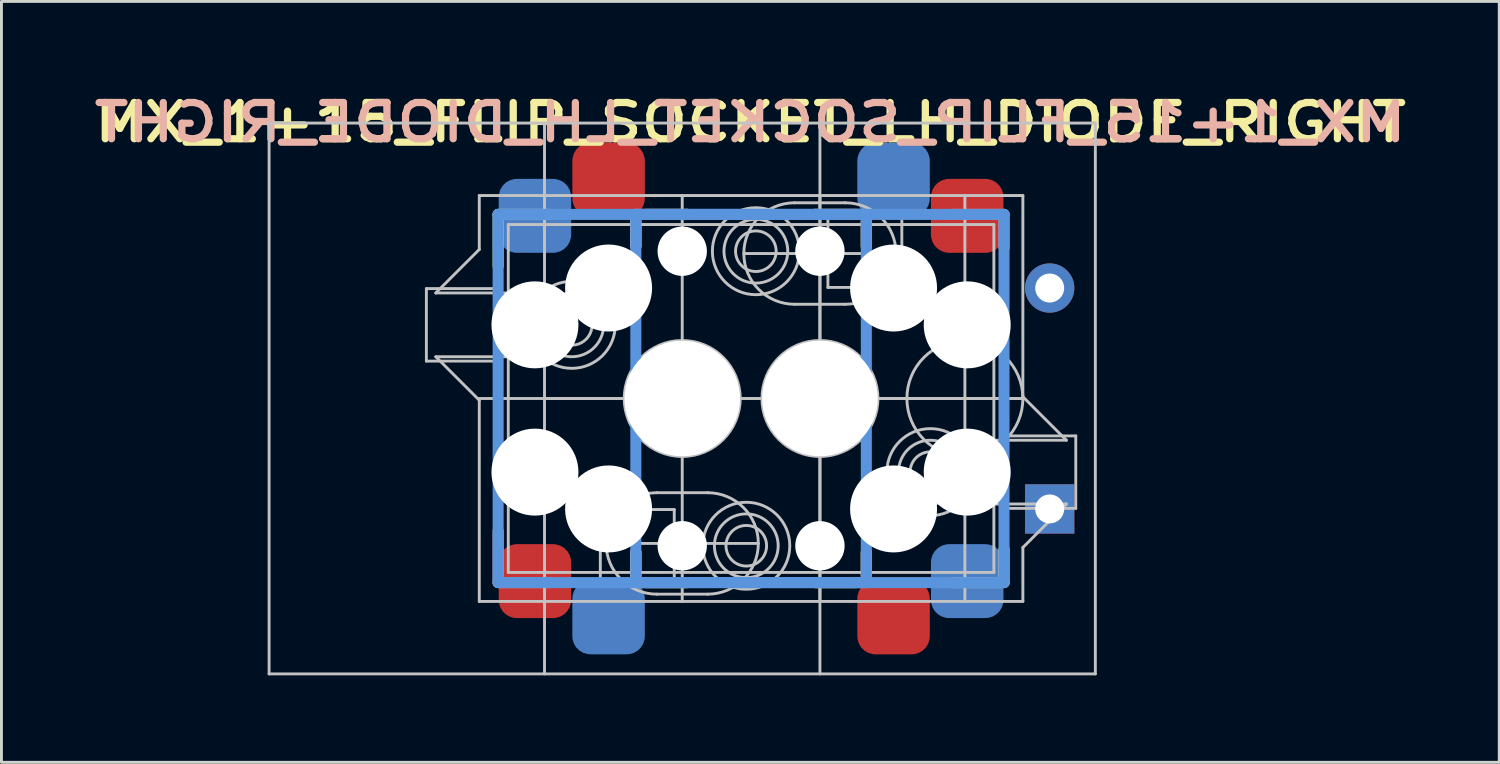
<source format=kicad_pcb>
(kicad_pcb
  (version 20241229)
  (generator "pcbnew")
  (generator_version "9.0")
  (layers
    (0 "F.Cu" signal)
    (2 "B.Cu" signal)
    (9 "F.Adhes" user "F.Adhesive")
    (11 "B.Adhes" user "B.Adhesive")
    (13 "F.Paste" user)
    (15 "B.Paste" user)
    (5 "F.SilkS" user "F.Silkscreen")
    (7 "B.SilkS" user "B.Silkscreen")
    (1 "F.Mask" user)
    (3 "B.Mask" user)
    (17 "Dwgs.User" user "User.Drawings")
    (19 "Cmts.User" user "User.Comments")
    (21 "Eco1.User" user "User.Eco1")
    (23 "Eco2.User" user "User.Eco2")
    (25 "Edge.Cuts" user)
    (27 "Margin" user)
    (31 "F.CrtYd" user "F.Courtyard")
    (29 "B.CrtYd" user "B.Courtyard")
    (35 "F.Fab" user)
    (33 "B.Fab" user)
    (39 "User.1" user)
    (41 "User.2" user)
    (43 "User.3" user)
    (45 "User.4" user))
  (footprint "MX_1+15_FLIP_SOCKET_LH_DIODE_RIGHT"
    (layer "F.Cu")
    (at 20.482 10.695)
    (property "Reference" "MX_1+15_FLIP_SOCKET_LH_DIODE_RIGHT" (at 2.35 -9.525 180) (layer "F.SilkS") (effects (font (size 1.25 1.5) (thickness 0.25))))
    (attr through_hole)
    (fp_line (start -6.35 -6.35) (end -4.572 -6.35) (stroke (width 0.381) (type solid)) (layer "F.SilkS"))
    (fp_line (start -6.35 -4.572) (end -6.35 -6.35) (stroke (width 0.381) (type solid)) (layer "F.SilkS"))
    (fp_line (start -1.6 -5.25) (end -1.6 -6.1) (stroke (width 0.381) (type solid)) (layer "F.SilkS"))
    (fp_line (start -1.6 6.35) (end -1.6 5.3) (stroke (width 0.381) (type solid)) (layer "F.SilkS"))
    (fp_line (start -1.25 -6.35) (end 0.178 -6.35) (stroke (width 0.381) (type solid)) (layer "F.SilkS"))
    (fp_line (start 0.178 6.35) (end -1.6 6.35) (stroke (width 0.381) (type solid)) (layer "F.SilkS"))
    (fp_line (start 4.572 -6.35) (end 6.35 -6.35) (stroke (width 0.381) (type solid)) (layer "F.SilkS"))
    (fp_line (start 6 6.35) (end 4.572 6.35) (stroke (width 0.381) (type solid)) (layer "F.SilkS"))
    (fp_line (start 6.35 -6.35) (end 6.35 -5.25) (stroke (width 0.381) (type solid)) (layer "F.SilkS"))
    (fp_line (start 6.35 5.3) (end 6.35 6.1) (stroke (width 0.381) (type solid)) (layer "F.SilkS"))
    (fp_line (start 11.1 5.2) (end 11.1 6.35) (stroke (width 0.381) (type solid)) (layer "F.SilkS"))
    (fp_line (start 11.1 6.35) (end 9.322 6.35) (stroke (width 0.381) (type solid)) (layer "F.SilkS"))
    (fp_line (start -6.35 6.35) (end -6.35 4.572) (stroke (width 0.381) (type solid)) (layer "B.SilkS"))
    (fp_line (start -4.572 6.35) (end -6.35 6.35) (stroke (width 0.381) (type solid)) (layer "B.SilkS"))
    (fp_line (start -1.6 -6.35) (end 0.178 -6.35) (stroke (width 0.381) (type solid)) (layer "B.SilkS"))
    (fp_line (start -1.6 -5.25) (end -1.6 -6.35) (stroke (width 0.381) (type solid)) (layer "B.SilkS"))
    (fp_line (start -1.6 6.1) (end -1.6 5.3) (stroke (width 0.381) (type solid)) (layer "B.SilkS"))
    (fp_line (start 0.178 6.35) (end -1.25 6.35) (stroke (width 0.381) (type solid)) (layer "B.SilkS"))
    (fp_line (start 4.572 -6.35) (end 6 -6.35) (stroke (width 0.381) (type solid)) (layer "B.SilkS"))
    (fp_line (start 6.35 -6.1) (end 6.35 -5.25) (stroke (width 0.381) (type solid)) (layer "B.SilkS"))
    (fp_line (start 6.35 5.3) (end 6.35 6.35) (stroke (width 0.381) (type solid)) (layer "B.SilkS"))
    (fp_line (start 6.35 6.35) (end 4.572 6.35) (stroke (width 0.381) (type solid)) (layer "B.SilkS"))
    (fp_line (start 9.322 -6.35) (end 11.1 -6.35) (stroke (width 0.381) (type solid)) (layer "B.SilkS"))
    (fp_line (start 11.1 -6.35) (end 11.1 -5.2) (stroke (width 0.381) (type solid)) (layer "B.SilkS"))
    (fp_line (start -14.25 -9.5) (end -14.25 9.5) (stroke (width 0.1) (type solid)) (layer "Dwgs.User"))
    (fp_line (start -14.25 9.5) (end 14.25 9.5) (stroke (width 0.1) (type solid)) (layer "Dwgs.User"))
    (fp_line (start -8.825 -3.79) (end -8.825 -1.29) (stroke (width 0.1) (type solid)) (layer "Dwgs.User"))
    (fp_line (start -8.825 -1.29) (end -6.275 -1.29) (stroke (width 0.1) (type solid)) (layer "Dwgs.User"))
    (fp_line (start -8.5 -3.64) (end -7 -5.14) (stroke (width 0.1) (type solid)) (layer "Dwgs.User"))
    (fp_line (start -8.5 -3.64) (end -6 -3.64) (stroke (width 0.1) (type solid)) (layer "Dwgs.User"))
    (fp_line (start -7 -5.14) (end -7 -7) (stroke (width 0.1) (type solid)) (layer "Dwgs.User"))
    (fp_line (start -7 0.06) (end -8.5 -1.44) (stroke (width 0.1) (type solid)) (layer "Dwgs.User"))
    (fp_line (start -7 7) (end -7 0.06) (stroke (width 0.1) (type solid)) (layer "Dwgs.User"))
    (fp_line (start -7 7) (end 11.75 7) (stroke (width 0.1) (type solid)) (layer "Dwgs.User"))
    (fp_line (start -6.275 -3.79) (end -8.825 -3.79) (stroke (width 0.1) (type solid)) (layer "Dwgs.User"))
    (fp_line (start -6.275 -1.29) (end -6.275 -3.79) (stroke (width 0.1) (type solid)) (layer "Dwgs.User"))
    (fp_line (start -6 -3.64) (end -6 -6) (stroke (width 0.1) (type solid)) (layer "Dwgs.User"))
    (fp_line (start -6 -1.44) (end -8.5 -1.44) (stroke (width 0.1) (type solid)) (layer "Dwgs.User"))
    (fp_line (start -6 6) (end -6 -1.44) (stroke (width 0.1) (type solid)) (layer "Dwgs.User"))
    (fp_line (start -4.75 -9.5) (end -4.75 9.5) (stroke (width 0.1) (type solid)) (layer "Dwgs.User"))
    (fp_line (start -2.825 3.83) (end -2.825 6.33) (stroke (width 0.1) (type solid)) (layer "Dwgs.User"))
    (fp_line (start -2.825 6.33) (end -0.275 6.33) (stroke (width 0.1) (type solid)) (layer "Dwgs.User"))
    (fp_line (start -0.275 3.83) (end -2.825 3.83) (stroke (width 0.1) (type solid)) (layer "Dwgs.User"))
    (fp_line (start -0.275 6.33) (end -0.275 3.83) (stroke (width 0.1) (type solid)) (layer "Dwgs.User"))
    (fp_line (start 0 7) (end 0 -7) (stroke (width 0.1) (type solid)) (layer "Dwgs.User"))
    (fp_line (start 0.875 3.25) (end -0.875 3.25) (stroke (width 0.1) (type solid)) (layer "Dwgs.User"))
    (fp_line (start 0.875 6.75) (end -0.875 6.75) (stroke (width 0.1) (type solid)) (layer "Dwgs.User"))
    (fp_line (start 2.125 -5) (end 7.375 -5) (stroke (width 0.1) (type solid)) (layer "Dwgs.User"))
    (fp_line (start 2.625 5) (end -2.625 5) (stroke (width 0.1) (type solid)) (layer "Dwgs.User"))
    (fp_line (start 3.875 -6.75) (end 5.625 -6.75) (stroke (width 0.1) (type solid)) (layer "Dwgs.User"))
    (fp_line (start 3.875 -3.25) (end 5.625 -3.25) (stroke (width 0.1) (type solid)) (layer "Dwgs.User"))
    (fp_line (start 4.75 -9.5) (end 4.75 9.5) (stroke (width 0.1) (type solid)) (layer "Dwgs.User"))
    (fp_line (start 4.75 7) (end 4.75 -7) (stroke (width 0.1) (type solid)) (layer "Dwgs.User"))
    (fp_line (start 5.025 -6.33) (end 5.025 -3.83) (stroke (width 0.1) (type solid)) (layer "Dwgs.User"))
    (fp_line (start 5.025 -3.83) (end 7.575 -3.83) (stroke (width 0.1) (type solid)) (layer "Dwgs.User"))
    (fp_line (start 7.575 -6.33) (end 5.025 -6.33) (stroke (width 0.1) (type solid)) (layer "Dwgs.User"))
    (fp_line (start 7.575 -3.83) (end 7.575 -6.33) (stroke (width 0.1) (type solid)) (layer "Dwgs.User"))
    (fp_line (start 9.75 -7) (end 9.75 7) (stroke (width 0.1) (type solid)) (layer "Dwgs.User"))
    (fp_line (start 10.75 -6) (end -6 -6) (stroke (width 0.1) (type solid)) (layer "Dwgs.User"))
    (fp_line (start 10.75 -6) (end 10.75 1.44) (stroke (width 0.1) (type solid)) (layer "Dwgs.User"))
    (fp_line (start 10.75 1.44) (end 13.25 1.44) (stroke (width 0.1) (type solid)) (layer "Dwgs.User"))
    (fp_line (start 10.75 3.64) (end 10.75 6) (stroke (width 0.1) (type solid)) (layer "Dwgs.User"))
    (fp_line (start 10.75 6) (end -6 6) (stroke (width 0.1) (type solid)) (layer "Dwgs.User"))
    (fp_line (start 11.025 1.29) (end 11.025 3.79) (stroke (width 0.1) (type solid)) (layer "Dwgs.User"))
    (fp_line (start 11.025 3.79) (end 13.575 3.79) (stroke (width 0.1) (type solid)) (layer "Dwgs.User"))
    (fp_line (start 11.75 -7) (end -7 -7) (stroke (width 0.1) (type solid)) (layer "Dwgs.User"))
    (fp_line (start 11.75 -7) (end 11.75 -0.06) (stroke (width 0.1) (type solid)) (layer "Dwgs.User"))
    (fp_line (start 11.75 -0.06) (end 13.25 1.44) (stroke (width 0.1) (type solid)) (layer "Dwgs.User"))
    (fp_line (start 11.75 0) (end -7 0) (stroke (width 0.1) (type solid)) (layer "Dwgs.User"))
    (fp_line (start 11.75 0) (end -4.75 0) (stroke (width 0.1) (type solid)) (layer "Dwgs.User"))
    (fp_line (start 11.75 5.14) (end 11.75 7) (stroke (width 0.1) (type solid)) (layer "Dwgs.User"))
    (fp_line (start 13.25 3.64) (end 10.75 3.64) (stroke (width 0.1) (type solid)) (layer "Dwgs.User"))
    (fp_line (start 13.25 3.64) (end 11.75 5.14) (stroke (width 0.1) (type solid)) (layer "Dwgs.User"))
    (fp_line (start 13.575 1.29) (end 11.025 1.29) (stroke (width 0.1) (type solid)) (layer "Dwgs.User"))
    (fp_line (start 13.575 3.79) (end 13.575 1.29) (stroke (width 0.1) (type solid)) (layer "Dwgs.User"))
    (fp_line (start 14.25 -9.5) (end -14.25 -9.5) (stroke (width 0.1) (type solid)) (layer "Dwgs.User"))
    (fp_line (start 14.25 9.5) (end 14.25 -9.5) (stroke (width 0.1) (type solid)) (layer "Dwgs.User"))
    (fp_arc (start -0.875 6.75) (mid -2.625 5) (end -0.875 3.25) (stroke (width 0.1) (type solid)) (layer "Dwgs.User"))
    (fp_arc (start 0.875 3.25) (mid 2.625 5) (end 0.875 6.75) (stroke (width 0.1) (type solid)) (layer "Dwgs.User"))
    (fp_arc (start 3.875 -3.25) (mid 2.125 -5) (end 3.875 -6.75) (stroke (width 0.1) (type solid)) (layer "Dwgs.User"))
    (fp_arc (start 5.625 -6.75) (mid 7.375 -5) (end 5.625 -3.25) (stroke (width 0.1) (type solid)) (layer "Dwgs.User"))
    (fp_circle (center -3.81 -2.54) (end -3.81 -1.84) (stroke (width 0.1) (type solid)) (fill no) (layer "Dwgs.User"))
    (fp_circle (center -3.81 -2.54) (end -3.81 -1.44) (stroke (width 0.1) (type solid)) (fill no) (layer "Dwgs.User"))
    (fp_circle (center -3.81 -2.54) (end -3.81 -1.04) (stroke (width 0.1) (type solid)) (fill no) (layer "Dwgs.User"))
    (fp_circle (center 0 0) (end 0 2) (stroke (width 0.1) (type solid)) (fill no) (layer "Dwgs.User"))
    (fp_circle (center 2.21 5.08) (end 2.21 5.78) (stroke (width 0.1) (type solid)) (fill no) (layer "Dwgs.User"))
    (fp_circle (center 2.21 5.08) (end 2.21 6.18) (stroke (width 0.1) (type solid)) (fill no) (layer "Dwgs.User"))
    (fp_circle (center 2.21 5.08) (end 2.21 6.58) (stroke (width 0.1) (type solid)) (fill no) (layer "Dwgs.User"))
    (fp_circle (center 2.54 -5.08) (end 2.54 -4.38) (stroke (width 0.1) (type solid)) (fill no) (layer "Dwgs.User"))
    (fp_circle (center 2.54 -5.08) (end 2.54 -3.98) (stroke (width 0.1) (type solid)) (fill no) (layer "Dwgs.User"))
    (fp_circle (center 2.54 -5.08) (end 2.54 -3.58) (stroke (width 0.1) (type solid)) (fill no) (layer "Dwgs.User"))
    (fp_circle (center 4.75 0) (end 4.75 2) (stroke (width 0.1) (type solid)) (fill no) (layer "Dwgs.User"))
    (fp_circle (center 8.56 2.54) (end 8.56 3.24) (stroke (width 0.1) (type solid)) (fill no) (layer "Dwgs.User"))
    (fp_circle (center 8.56 2.54) (end 8.56 3.64) (stroke (width 0.1) (type solid)) (fill no) (layer "Dwgs.User"))
    (fp_circle (center 8.56 2.54) (end 8.56 4.04) (stroke (width 0.1) (type solid)) (fill no) (layer "Dwgs.User"))
    (fp_circle (center 9.75 0) (end 9.75 2) (stroke (width 0.1) (type solid)) (fill no) (layer "Dwgs.User"))
    (fp_line (start -6.35 -6.35) (end 6.35 -6.35) (stroke (width 0.381) (type solid)) (layer "Cmts.User"))
    (fp_line (start -6.35 6.35) (end -6.35 -6.35) (stroke (width 0.381) (type solid)) (layer "Cmts.User"))
    (fp_line (start -1.6 -6.35) (end 11.1 -6.35) (stroke (width 0.381) (type solid)) (layer "Cmts.User"))
    (fp_line (start -1.6 6.35) (end -1.6 -6.35) (stroke (width 0.381) (type solid)) (layer "Cmts.User"))
    (fp_line (start 6.35 -6.35) (end 6.35 6.35) (stroke (width 0.381) (type solid)) (layer "Cmts.User"))
    (fp_line (start 6.35 6.35) (end -6.35 6.35) (stroke (width 0.381) (type solid)) (layer "Cmts.User"))
    (fp_line (start 11.1 -6.35) (end 11.1 6.35) (stroke (width 0.381) (type solid)) (layer "Cmts.User"))
    (fp_line (start 11.1 6.35) (end -1.6 6.35) (stroke (width 0.381) (type solid)) (layer "Cmts.User"))
    (fp_line (start -4.75 -9.5) (end 14.25 -9.5) (stroke (width 0.025) (type solid)) (layer "Eco2.User"))
    (fp_line (start -4.75 9.5) (end -4.75 -9.5) (stroke (width 0.025) (type solid)) (layer "Eco2.User"))
    (fp_line (start -2.25 -7) (end 11.75 -7) (stroke (width 0.025) (type solid)) (layer "Eco2.User"))
    (fp_line (start -2.25 7) (end -2.25 -7) (stroke (width 0.025) (type solid)) (layer "Eco2.User"))
    (fp_line (start -2.25 7) (end 11.75 7) (stroke (width 0.025) (type solid)) (layer "Eco2.User"))
    (fp_line (start 11.75 -7) (end 11.75 7) (stroke (width 0.025) (type solid)) (layer "Eco2.User"))
    (fp_line (start 14.25 -9.5) (end 14.25 9.5) (stroke (width 0.025) (type solid)) (layer "Eco2.User"))
    (fp_line (start 14.25 9.5) (end -4.75 9.5) (stroke (width 0.025) (type solid)) (layer "Eco2.User"))
    (fp_text user "${REFERENCE}" (at 2.35 -9.525 0) (layer "B.SilkS") (effects (font (size 1.25 1.5) (thickness 0.25)) (justify mirror)))
    (pad "" np_thru_hole circle (at -5.08 -2.54 90) (size 3 3) (drill 3) (layers "*.Cu" "*.Mask"))
    (pad "" np_thru_hole circle (at -5.08 2.54 90) (size 3 3) (drill 3) (layers "*.Cu" "*.Mask"))
    (pad "" np_thru_hole circle (at -2.54 -3.81 90) (size 3 3) (drill 3) (layers "*.Cu" "*.Mask"))
    (pad "" np_thru_hole circle (at -2.54 3.81 90) (size 3 3) (drill 3) (layers "*.Cu" "*.Mask"))
    (pad "" np_thru_hole circle (at 0 -5.08 90) (size 1.702 1.702) (drill 1.702) (layers "*.Cu" "*.Mask"))
    (pad "" np_thru_hole circle (at 0 0 90) (size 3.988 3.988) (drill 3.988) (layers "*.Cu" "*.Mask"))
    (pad "" np_thru_hole circle (at 0 5.08 90) (size 1.702 1.702) (drill 1.702) (layers "*.Cu" "*.Mask"))
    (pad "" np_thru_hole circle (at 4.75 -5.08 270) (size 1.702 1.702) (drill 1.702) (layers "*.Cu" "*.Mask"))
    (pad "" np_thru_hole circle (at 4.75 0 270) (size 3.988 3.988) (drill 3.988) (layers "*.Cu" "*.Mask"))
    (pad "" np_thru_hole circle (at 4.75 5.08 270) (size 1.702 1.702) (drill 1.702) (layers "*.Cu" "*.Mask"))
    (pad "" np_thru_hole circle (at 7.29 -3.81 270) (size 3 3) (drill 3) (layers "*.Cu" "*.Mask"))
    (pad "" np_thru_hole circle (at 7.29 3.81 270) (size 3 3) (drill 3) (layers "*.Cu" "*.Mask"))
    (pad "" np_thru_hole circle (at 9.83 -2.54 270) (size 3 3) (drill 3) (layers "*.Cu" "*.Mask"))
    (pad "" np_thru_hole circle (at 9.83 2.54 270) (size 3 3) (drill 3) (layers "*.Cu" "*.Mask"))
    (pad "1" smd roundrect (at -5.08 6.3 90) (size 2.55 2.5) (layers "F.Cu" "F.Mask" "F.Paste") (roundrect_rratio 0.25))
    (pad "1" smd roundrect (at -2.54 7.55 90) (size 2.55 2.5) (layers "B.Cu" "B.Mask" "B.Paste") (roundrect_rratio 0.25))
    (pad "1" smd roundrect (at 7.29 7.55 270) (size 2.55 2.5) (layers "F.Cu" "F.Mask" "F.Paste") (roundrect_rratio 0.25))
    (pad "1" smd roundrect (at 9.83 6.3 270) (size 2.55 2.5) (layers "B.Cu" "B.Mask" "B.Paste") (roundrect_rratio 0.25))
    (pad "2" smd roundrect (at -5.08 -6.3 90) (size 2.55 2.5) (layers "B.Cu" "B.Mask" "B.Paste") (roundrect_rratio 0.25))
    (pad "2" smd roundrect (at -2.54 -7.55 90) (size 2.55 2.5) (layers "F.Cu" "F.Mask" "F.Paste") (roundrect_rratio 0.25))
    (pad "2" smd roundrect (at 7.29 -7.55 270) (size 2.55 2.5) (layers "B.Cu" "B.Mask" "B.Paste") (roundrect_rratio 0.25))
    (pad "2" smd roundrect (at 9.83 -6.3 270) (size 2.55 2.5) (layers "F.Cu" "F.Mask" "F.Paste") (roundrect_rratio 0.25))
    (pad "3" thru_hole circle (at 12.675 -3.81 270) (size 1.7 1.7) (drill 1) (layers "*.Cu" "*.Mask"))
    (pad "4" thru_hole rect (at 12.675 3.81 270) (size 1.7 1.7) (drill 1) (layers "*.Cu" "*.Mask")))
  (gr_rect
    (start -3 -3)
    (end 48.664 23.245)
    (stroke (width 0.1) (type default))
    (fill no)
    (layer "Edge.Cuts")))
</source>
